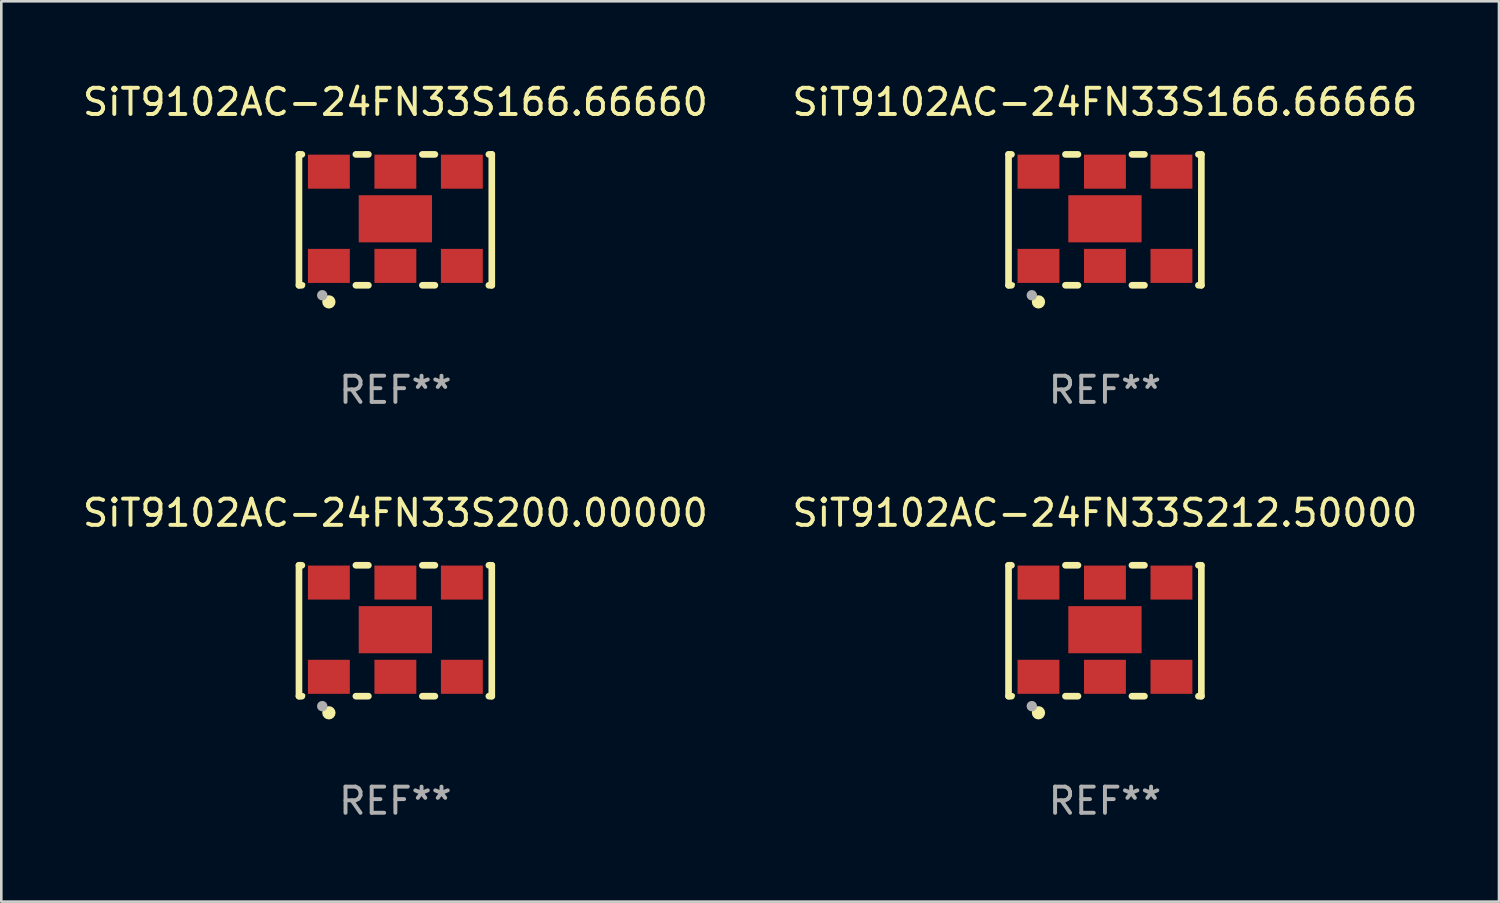
<source format=kicad_pcb>
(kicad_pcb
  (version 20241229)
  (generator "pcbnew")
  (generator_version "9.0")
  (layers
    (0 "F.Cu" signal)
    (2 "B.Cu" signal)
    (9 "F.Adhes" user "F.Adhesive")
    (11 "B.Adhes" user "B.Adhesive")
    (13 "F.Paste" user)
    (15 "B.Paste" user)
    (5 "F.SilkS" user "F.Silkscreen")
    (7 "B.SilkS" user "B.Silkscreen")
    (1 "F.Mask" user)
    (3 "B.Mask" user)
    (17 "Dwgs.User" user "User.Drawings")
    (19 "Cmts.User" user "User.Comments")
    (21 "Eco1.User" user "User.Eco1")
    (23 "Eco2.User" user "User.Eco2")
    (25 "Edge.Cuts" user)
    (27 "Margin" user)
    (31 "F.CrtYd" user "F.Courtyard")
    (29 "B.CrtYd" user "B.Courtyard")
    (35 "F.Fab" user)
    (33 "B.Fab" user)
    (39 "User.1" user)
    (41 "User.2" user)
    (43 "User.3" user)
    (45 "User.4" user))
  (footprint "SiT9102AC-24FN33S212.50000"
    (layer "F.Cu")
    (at 39.161 21.045)
    (property "Reference" "SiT9102AC-24FN33S212.50000" (at 0 -4.5 0) (layer "F.SilkS") (effects (font (size 1 1) (thickness 0.15))))
    (attr through_hole)
    (fp_line (start -3.683 -2.5) (end -3.571 -2.5) (stroke (width 0.254) (type solid)) (layer "F.SilkS"))
    (fp_line (start -3.683 2.5) (end -3.683 -2.5) (stroke (width 0.254) (type solid)) (layer "F.SilkS"))
    (fp_line (start -3.683 2.5) (end -3.571 2.5) (stroke (width 0.254) (type solid)) (layer "F.SilkS"))
    (fp_line (start -1.509 -2.5) (end -1.031 -2.5) (stroke (width 0.254) (type solid)) (layer "F.SilkS"))
    (fp_line (start -1.509 2.5) (end -1.031 2.5) (stroke (width 0.254) (type solid)) (layer "F.SilkS"))
    (fp_line (start 1.031 -2.5) (end 1.509 -2.5) (stroke (width 0.254) (type solid)) (layer "F.SilkS"))
    (fp_line (start 1.031 2.5) (end 1.509 2.5) (stroke (width 0.254) (type solid)) (layer "F.SilkS"))
    (fp_line (start 3.571 -2.5) (end 3.683 -2.5) (stroke (width 0.254) (type solid)) (layer "F.SilkS"))
    (fp_line (start 3.571 2.5) (end 3.683 2.5) (stroke (width 0.254) (type solid)) (layer "F.SilkS"))
    (fp_line (start 3.683 2.5) (end 3.683 -2.5) (stroke (width 0.254) (type solid)) (layer "F.SilkS"))
    (fp_circle (center -3.5 2.46) (end -3.47 2.46) (stroke (width 0.06) (type solid)) (fill no) (layer "F.SilkS"))
    (fp_circle (center -2.54 3.135) (end -2.413 3.135) (stroke (width 0.254) (type solid)) (fill no) (layer "F.SilkS"))
    (fp_circle (center -2.794 2.881) (end -2.694 2.881) (stroke (width 0.2) (type solid)) (fill no) (layer "F.Fab"))
    (fp_text user "REF**" (at 0 6.5 0) (layer "F.Fab") (effects (font (size 1 1) (thickness 0.15))))
    (pad "1" smd rect (at -2.54 1.76) (size 1.6 1.3) (layers "F.Cu" "F.Mask" "F.Paste"))
    (pad "2" smd rect (at 0 1.76) (size 1.6 1.3) (layers "F.Cu" "F.Mask" "F.Paste"))
    (pad "3" smd rect (at 2.54 1.76) (size 1.6 1.3) (layers "F.Cu" "F.Mask" "F.Paste"))
    (pad "4" smd rect (at 2.54 -1.84) (size 1.6 1.3) (layers "F.Cu" "F.Mask" "F.Paste"))
    (pad "5" smd rect (at 0 -1.84) (size 1.6 1.3) (layers "F.Cu" "F.Mask" "F.Paste"))
    (pad "6" smd rect (at -2.54 -1.84) (size 1.6 1.3) (layers "F.Cu" "F.Mask" "F.Paste"))
    (pad "7" smd rect (at 0 -0.04) (size 2.8 1.8) (layers "F.Cu" "F.Mask" "F.Paste")))
  (footprint "SiT9102AC-24FN33S200.00000"
    (layer "F.Cu")
    (at 12.054 21.045)
    (property "Reference" "SiT9102AC-24FN33S200.00000" (at 0 -4.5 0) (layer "F.SilkS") (effects (font (size 1 1) (thickness 0.15))))
    (attr through_hole)
    (fp_line (start -3.683 -2.5) (end -3.571 -2.5) (stroke (width 0.254) (type solid)) (layer "F.SilkS"))
    (fp_line (start -3.683 2.5) (end -3.683 -2.5) (stroke (width 0.254) (type solid)) (layer "F.SilkS"))
    (fp_line (start -3.683 2.5) (end -3.571 2.5) (stroke (width 0.254) (type solid)) (layer "F.SilkS"))
    (fp_line (start -1.509 -2.5) (end -1.031 -2.5) (stroke (width 0.254) (type solid)) (layer "F.SilkS"))
    (fp_line (start -1.509 2.5) (end -1.031 2.5) (stroke (width 0.254) (type solid)) (layer "F.SilkS"))
    (fp_line (start 1.031 -2.5) (end 1.509 -2.5) (stroke (width 0.254) (type solid)) (layer "F.SilkS"))
    (fp_line (start 1.031 2.5) (end 1.509 2.5) (stroke (width 0.254) (type solid)) (layer "F.SilkS"))
    (fp_line (start 3.571 -2.5) (end 3.683 -2.5) (stroke (width 0.254) (type solid)) (layer "F.SilkS"))
    (fp_line (start 3.571 2.5) (end 3.683 2.5) (stroke (width 0.254) (type solid)) (layer "F.SilkS"))
    (fp_line (start 3.683 2.5) (end 3.683 -2.5) (stroke (width 0.254) (type solid)) (layer "F.SilkS"))
    (fp_circle (center -3.5 2.46) (end -3.47 2.46) (stroke (width 0.06) (type solid)) (fill no) (layer "F.SilkS"))
    (fp_circle (center -2.54 3.135) (end -2.413 3.135) (stroke (width 0.254) (type solid)) (fill no) (layer "F.SilkS"))
    (fp_circle (center -2.794 2.881) (end -2.694 2.881) (stroke (width 0.2) (type solid)) (fill no) (layer "F.Fab"))
    (fp_text user "REF**" (at 0 6.5 0) (layer "F.Fab") (effects (font (size 1 1) (thickness 0.15))))
    (pad "1" smd rect (at -2.54 1.76) (size 1.6 1.3) (layers "F.Cu" "F.Mask" "F.Paste"))
    (pad "2" smd rect (at 0 1.76) (size 1.6 1.3) (layers "F.Cu" "F.Mask" "F.Paste"))
    (pad "3" smd rect (at 2.54 1.76) (size 1.6 1.3) (layers "F.Cu" "F.Mask" "F.Paste"))
    (pad "4" smd rect (at 2.54 -1.84) (size 1.6 1.3) (layers "F.Cu" "F.Mask" "F.Paste"))
    (pad "5" smd rect (at 0 -1.84) (size 1.6 1.3) (layers "F.Cu" "F.Mask" "F.Paste"))
    (pad "6" smd rect (at -2.54 -1.84) (size 1.6 1.3) (layers "F.Cu" "F.Mask" "F.Paste"))
    (pad "7" smd rect (at 0 -0.04) (size 2.8 1.8) (layers "F.Cu" "F.Mask" "F.Paste")))
  (footprint "SiT9102AC-24FN33S166.66660"
    (layer "F.Cu")
    (at 12.054 5.348)
    (property "Reference" "SiT9102AC-24FN33S166.66660" (at 0 -4.5 0) (layer "F.SilkS") (effects (font (size 1 1) (thickness 0.15))))
    (attr through_hole)
    (fp_line (start -3.683 -2.5) (end -3.571 -2.5) (stroke (width 0.254) (type solid)) (layer "F.SilkS"))
    (fp_line (start -3.683 2.5) (end -3.683 -2.5) (stroke (width 0.254) (type solid)) (layer "F.SilkS"))
    (fp_line (start -3.683 2.5) (end -3.571 2.5) (stroke (width 0.254) (type solid)) (layer "F.SilkS"))
    (fp_line (start -1.509 -2.5) (end -1.031 -2.5) (stroke (width 0.254) (type solid)) (layer "F.SilkS"))
    (fp_line (start -1.509 2.5) (end -1.031 2.5) (stroke (width 0.254) (type solid)) (layer "F.SilkS"))
    (fp_line (start 1.031 -2.5) (end 1.509 -2.5) (stroke (width 0.254) (type solid)) (layer "F.SilkS"))
    (fp_line (start 1.031 2.5) (end 1.509 2.5) (stroke (width 0.254) (type solid)) (layer "F.SilkS"))
    (fp_line (start 3.571 -2.5) (end 3.683 -2.5) (stroke (width 0.254) (type solid)) (layer "F.SilkS"))
    (fp_line (start 3.571 2.5) (end 3.683 2.5) (stroke (width 0.254) (type solid)) (layer "F.SilkS"))
    (fp_line (start 3.683 2.5) (end 3.683 -2.5) (stroke (width 0.254) (type solid)) (layer "F.SilkS"))
    (fp_circle (center -3.5 2.46) (end -3.47 2.46) (stroke (width 0.06) (type solid)) (fill no) (layer "F.SilkS"))
    (fp_circle (center -2.54 3.135) (end -2.413 3.135) (stroke (width 0.254) (type solid)) (fill no) (layer "F.SilkS"))
    (fp_circle (center -2.794 2.881) (end -2.694 2.881) (stroke (width 0.2) (type solid)) (fill no) (layer "F.Fab"))
    (fp_text user "REF**" (at 0 6.5 0) (layer "F.Fab") (effects (font (size 1 1) (thickness 0.15))))
    (pad "1" smd rect (at -2.54 1.76) (size 1.6 1.3) (layers "F.Cu" "F.Mask" "F.Paste"))
    (pad "2" smd rect (at 0 1.76) (size 1.6 1.3) (layers "F.Cu" "F.Mask" "F.Paste"))
    (pad "3" smd rect (at 2.54 1.76) (size 1.6 1.3) (layers "F.Cu" "F.Mask" "F.Paste"))
    (pad "4" smd rect (at 2.54 -1.84) (size 1.6 1.3) (layers "F.Cu" "F.Mask" "F.Paste"))
    (pad "5" smd rect (at 0 -1.84) (size 1.6 1.3) (layers "F.Cu" "F.Mask" "F.Paste"))
    (pad "6" smd rect (at -2.54 -1.84) (size 1.6 1.3) (layers "F.Cu" "F.Mask" "F.Paste"))
    (pad "7" smd rect (at 0 -0.04) (size 2.8 1.8) (layers "F.Cu" "F.Mask" "F.Paste")))
  (footprint "SiT9102AC-24FN33S166.66666"
    (layer "F.Cu")
    (at 39.161 5.348)
    (property "Reference" "SiT9102AC-24FN33S166.66666" (at 0 -4.5 0) (layer "F.SilkS") (effects (font (size 1 1) (thickness 0.15))))
    (attr through_hole)
    (fp_line (start -3.683 -2.5) (end -3.571 -2.5) (stroke (width 0.254) (type solid)) (layer "F.SilkS"))
    (fp_line (start -3.683 2.5) (end -3.683 -2.5) (stroke (width 0.254) (type solid)) (layer "F.SilkS"))
    (fp_line (start -3.683 2.5) (end -3.571 2.5) (stroke (width 0.254) (type solid)) (layer "F.SilkS"))
    (fp_line (start -1.509 -2.5) (end -1.031 -2.5) (stroke (width 0.254) (type solid)) (layer "F.SilkS"))
    (fp_line (start -1.509 2.5) (end -1.031 2.5) (stroke (width 0.254) (type solid)) (layer "F.SilkS"))
    (fp_line (start 1.031 -2.5) (end 1.509 -2.5) (stroke (width 0.254) (type solid)) (layer "F.SilkS"))
    (fp_line (start 1.031 2.5) (end 1.509 2.5) (stroke (width 0.254) (type solid)) (layer "F.SilkS"))
    (fp_line (start 3.571 -2.5) (end 3.683 -2.5) (stroke (width 0.254) (type solid)) (layer "F.SilkS"))
    (fp_line (start 3.571 2.5) (end 3.683 2.5) (stroke (width 0.254) (type solid)) (layer "F.SilkS"))
    (fp_line (start 3.683 2.5) (end 3.683 -2.5) (stroke (width 0.254) (type solid)) (layer "F.SilkS"))
    (fp_circle (center -3.5 2.46) (end -3.47 2.46) (stroke (width 0.06) (type solid)) (fill no) (layer "F.SilkS"))
    (fp_circle (center -2.54 3.135) (end -2.413 3.135) (stroke (width 0.254) (type solid)) (fill no) (layer "F.SilkS"))
    (fp_circle (center -2.794 2.881) (end -2.694 2.881) (stroke (width 0.2) (type solid)) (fill no) (layer "F.Fab"))
    (fp_text user "REF**" (at 0 6.5 0) (layer "F.Fab") (effects (font (size 1 1) (thickness 0.15))))
    (pad "1" smd rect (at -2.54 1.76) (size 1.6 1.3) (layers "F.Cu" "F.Mask" "F.Paste"))
    (pad "2" smd rect (at 0 1.76) (size 1.6 1.3) (layers "F.Cu" "F.Mask" "F.Paste"))
    (pad "3" smd rect (at 2.54 1.76) (size 1.6 1.3) (layers "F.Cu" "F.Mask" "F.Paste"))
    (pad "4" smd rect (at 2.54 -1.84) (size 1.6 1.3) (layers "F.Cu" "F.Mask" "F.Paste"))
    (pad "5" smd rect (at 0 -1.84) (size 1.6 1.3) (layers "F.Cu" "F.Mask" "F.Paste"))
    (pad "6" smd rect (at -2.54 -1.84) (size 1.6 1.3) (layers "F.Cu" "F.Mask" "F.Paste"))
    (pad "7" smd rect (at 0 -0.04) (size 2.8 1.8) (layers "F.Cu" "F.Mask" "F.Paste")))
  (gr_rect
    (start -3 -3)
    (end 54.214 31.393)
    (stroke (width 0.1) (type default))
    (fill no)
    (layer "Edge.Cuts")))
</source>
